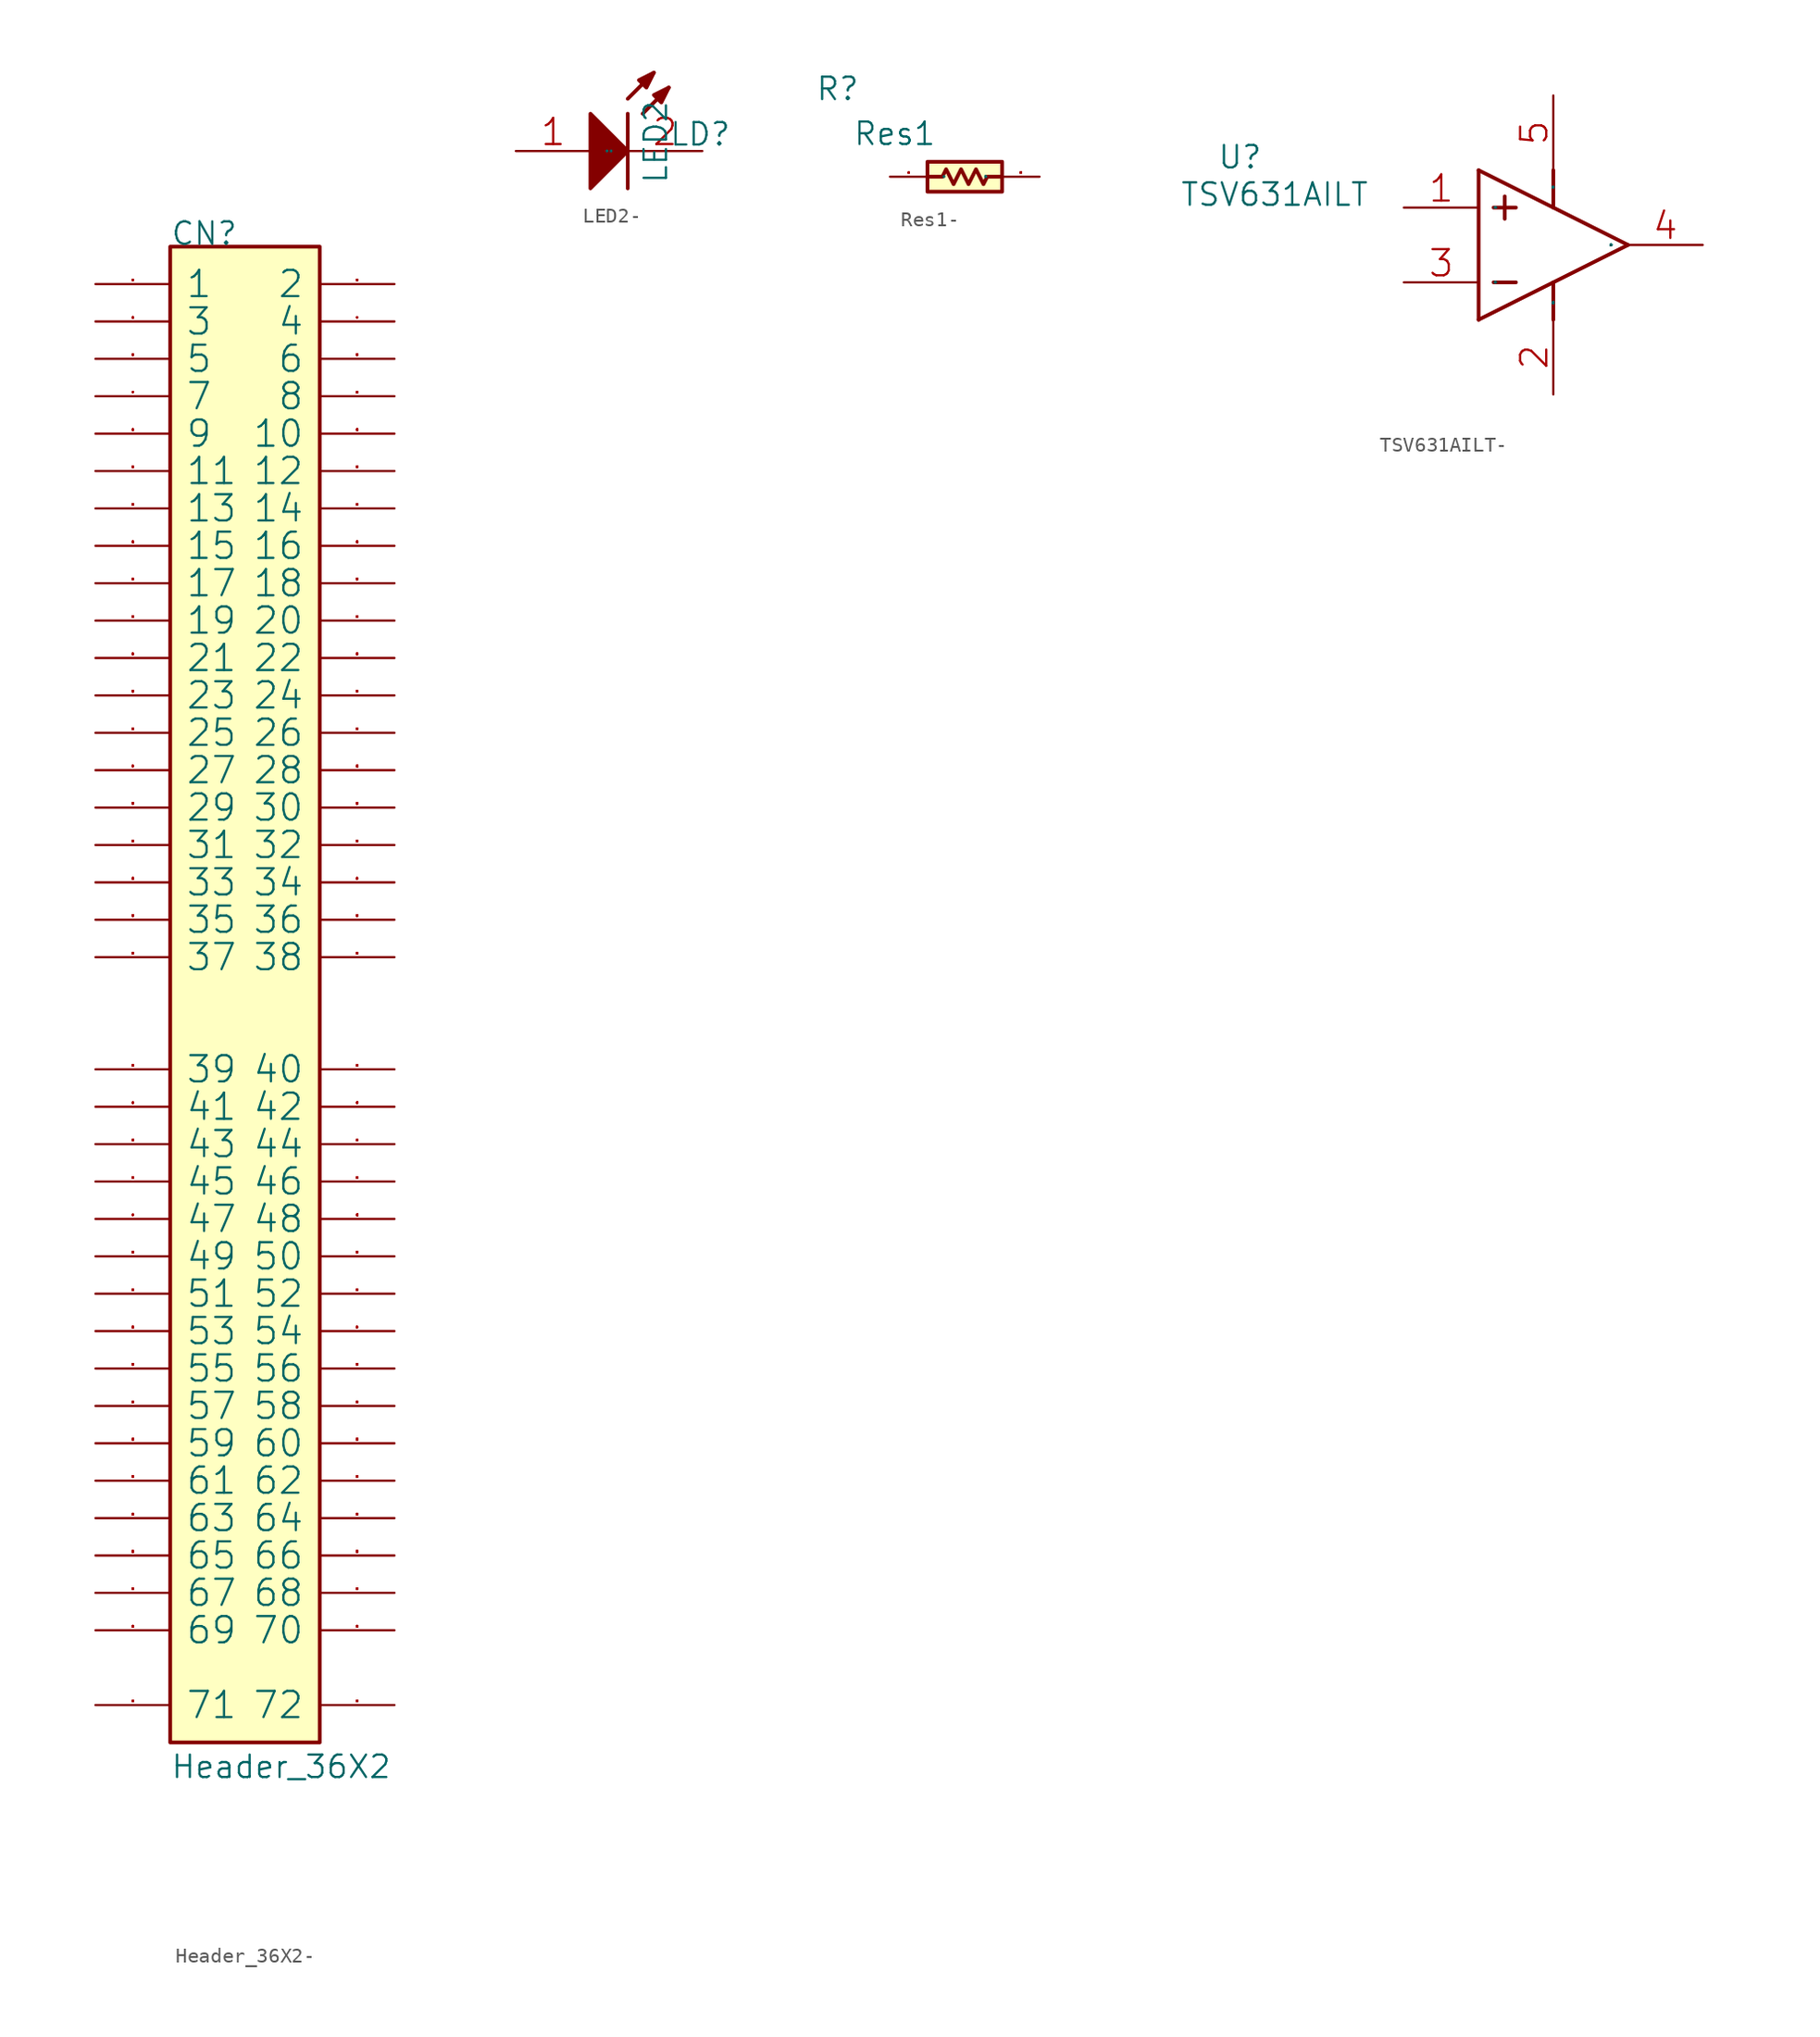
<source format=kicad_sym>
(kicad_symbol_lib
  (version 20220914)
  (generator kicad_symbol_editor)
  (symbol "Header_36X2-"
    (pin_names
      (offset 1.016))
    (property "Reference" "CN"
      (at 0 0 0)
      (effects (font (size 1.524 1.524)) (justify left bottom)))
    (property "Value" "Header_36X2"
      (at 0 -104.14 0)
      (effects (font (size 1.524 1.524)) (justify left bottom)))
    (property "Footprint" ""
      (at 0 0 0)
      (effects (font (size 1.524 1.524))))
    (property "Datasheet" ""
      (at 0 0 0)
      (effects (font (size 1.524 1.524))))
    (symbol "Header_36X2-_0_1"
      (rectangle (start 0 -101.6) (end 10.16 0) (stroke (width 0.254) (type solid)) (fill (type background)))
      (pin passive line (at -5.08 -2.54 0) (length 5.08) (name "1" (effects (font (size 1.778 1.778)))) (number "1" (effects (font (size 0.025 0.025)))))
      (pin passive line (at 15.24 -12.7 180) (length 5.08) (name "10" (effects (font (size 1.778 1.778)))) (number "10" (effects (font (size 0.025 0.025)))))
      (pin passive line (at -5.08 -15.24 0) (length 5.08) (name "11" (effects (font (size 1.778 1.778)))) (number "11" (effects (font (size 0.025 0.025)))))
      (pin passive line (at 15.24 -15.24 180) (length 5.08) (name "12" (effects (font (size 1.778 1.778)))) (number "12" (effects (font (size 0.025 0.025)))))
      (pin passive line (at -5.08 -17.78 0) (length 5.08) (name "13" (effects (font (size 1.778 1.778)))) (number "13" (effects (font (size 0.025 0.025)))))
      (pin passive line (at 15.24 -17.78 180) (length 5.08) (name "14" (effects (font (size 1.778 1.778)))) (number "14" (effects (font (size 0.025 0.025)))))
      (pin passive line (at -5.08 -20.32 0) (length 5.08) (name "15" (effects (font (size 1.778 1.778)))) (number "15" (effects (font (size 0.025 0.025)))))
      (pin passive line (at 15.24 -20.32 180) (length 5.08) (name "16" (effects (font (size 1.778 1.778)))) (number "16" (effects (font (size 0.025 0.025)))))
      (pin passive line (at -5.08 -22.86 0) (length 5.08) (name "17" (effects (font (size 1.778 1.778)))) (number "17" (effects (font (size 0.025 0.025)))))
      (pin passive line (at 15.24 -22.86 180) (length 5.08) (name "18" (effects (font (size 1.778 1.778)))) (number "18" (effects (font (size 0.025 0.025)))))
      (pin passive line (at -5.08 -25.4 0) (length 5.08) (name "19" (effects (font (size 1.778 1.778)))) (number "19" (effects (font (size 0.025 0.025)))))
      (pin passive line (at 15.24 -2.54 180) (length 5.08) (name "2" (effects (font (size 1.778 1.778)))) (number "2" (effects (font (size 0.025 0.025)))))
      (pin passive line (at 15.24 -25.4 180) (length 5.08) (name "20" (effects (font (size 1.778 1.778)))) (number "20" (effects (font (size 0.025 0.025)))))
      (pin passive line (at -5.08 -27.94 0) (length 5.08) (name "21" (effects (font (size 1.778 1.778)))) (number "21" (effects (font (size 0.025 0.025)))))
      (pin passive line (at 15.24 -27.94 180) (length 5.08) (name "22" (effects (font (size 1.778 1.778)))) (number "22" (effects (font (size 0.025 0.025)))))
      (pin passive line (at -5.08 -30.48 0) (length 5.08) (name "23" (effects (font (size 1.778 1.778)))) (number "23" (effects (font (size 0.025 0.025)))))
      (pin passive line (at 15.24 -30.48 180) (length 5.08) (name "24" (effects (font (size 1.778 1.778)))) (number "24" (effects (font (size 0.025 0.025)))))
      (pin passive line (at -5.08 -33.02 0) (length 5.08) (name "25" (effects (font (size 1.778 1.778)))) (number "25" (effects (font (size 0.025 0.025)))))
      (pin passive line (at 15.24 -33.02 180) (length 5.08) (name "26" (effects (font (size 1.778 1.778)))) (number "26" (effects (font (size 0.025 0.025)))))
      (pin passive line (at -5.08 -35.56 0) (length 5.08) (name "27" (effects (font (size 1.778 1.778)))) (number "27" (effects (font (size 0.025 0.025)))))
      (pin passive line (at 15.24 -35.56 180) (length 5.08) (name "28" (effects (font (size 1.778 1.778)))) (number "28" (effects (font (size 0.025 0.025)))))
      (pin passive line (at -5.08 -38.1 0) (length 5.08) (name "29" (effects (font (size 1.778 1.778)))) (number "29" (effects (font (size 0.025 0.025)))))
      (pin passive line (at -5.08 -5.08 0) (length 5.08) (name "3" (effects (font (size 1.778 1.778)))) (number "3" (effects (font (size 0.025 0.025)))))
      (pin passive line (at 15.24 -38.1 180) (length 5.08) (name "30" (effects (font (size 1.778 1.778)))) (number "30" (effects (font (size 0.025 0.025)))))
      (pin passive line (at -5.08 -40.64 0) (length 5.08) (name "31" (effects (font (size 1.778 1.778)))) (number "31" (effects (font (size 0.025 0.025)))))
      (pin passive line (at 15.24 -40.64 180) (length 5.08) (name "32" (effects (font (size 1.778 1.778)))) (number "32" (effects (font (size 0.025 0.025)))))
      (pin passive line (at -5.08 -43.18 0) (length 5.08) (name "33" (effects (font (size 1.778 1.778)))) (number "33" (effects (font (size 0.025 0.025)))))
      (pin passive line (at 15.24 -43.18 180) (length 5.08) (name "34" (effects (font (size 1.778 1.778)))) (number "34" (effects (font (size 0.025 0.025)))))
      (pin passive line (at -5.08 -45.72 0) (length 5.08) (name "35" (effects (font (size 1.778 1.778)))) (number "35" (effects (font (size 0.025 0.025)))))
      (pin passive line (at 15.24 -45.72 180) (length 5.08) (name "36" (effects (font (size 1.778 1.778)))) (number "36" (effects (font (size 0.025 0.025)))))
      (pin passive line (at -5.08 -48.26 0) (length 5.08) (name "37" (effects (font (size 1.778 1.778)))) (number "37" (effects (font (size 0.025 0.025)))))
      (pin passive line (at 15.24 -48.26 180) (length 5.08) (name "38" (effects (font (size 1.778 1.778)))) (number "38" (effects (font (size 0.025 0.025)))))
      (pin passive line (at -5.08 -55.88 0) (length 5.08) (name "39" (effects (font (size 1.778 1.778)))) (number "39" (effects (font (size 0.025 0.025)))))
      (pin passive line (at 15.24 -5.08 180) (length 5.08) (name "4" (effects (font (size 1.778 1.778)))) (number "4" (effects (font (size 0.025 0.025)))))
      (pin passive line (at 15.24 -55.88 180) (length 5.08) (name "40" (effects (font (size 1.778 1.778)))) (number "40" (effects (font (size 0.025 0.025)))))
      (pin passive line (at -5.08 -58.42 0) (length 5.08) (name "41" (effects (font (size 1.778 1.778)))) (number "41" (effects (font (size 0.025 0.025)))))
      (pin passive line (at 15.24 -58.42 180) (length 5.08) (name "42" (effects (font (size 1.778 1.778)))) (number "42" (effects (font (size 0.025 0.025)))))
      (pin passive line (at -5.08 -60.96 0) (length 5.08) (name "43" (effects (font (size 1.778 1.778)))) (number "43" (effects (font (size 0.025 0.025)))))
      (pin passive line (at 15.24 -60.96 180) (length 5.08) (name "44" (effects (font (size 1.778 1.778)))) (number "44" (effects (font (size 0.025 0.025)))))
      (pin passive line (at -5.08 -63.5 0) (length 5.08) (name "45" (effects (font (size 1.778 1.778)))) (number "45" (effects (font (size 0.025 0.025)))))
      (pin passive line (at 15.24 -63.5 180) (length 5.08) (name "46" (effects (font (size 1.778 1.778)))) (number "46" (effects (font (size 0.025 0.025)))))
      (pin passive line (at -5.08 -66.04 0) (length 5.08) (name "47" (effects (font (size 1.778 1.778)))) (number "47" (effects (font (size 0.025 0.025)))))
      (pin passive line (at 15.24 -66.04 180) (length 5.08) (name "48" (effects (font (size 1.778 1.778)))) (number "48" (effects (font (size 0.025 0.025)))))
      (pin passive line (at -5.08 -68.58 0) (length 5.08) (name "49" (effects (font (size 1.778 1.778)))) (number "49" (effects (font (size 0.025 0.025)))))
      (pin passive line (at -5.08 -7.62 0) (length 5.08) (name "5" (effects (font (size 1.778 1.778)))) (number "5" (effects (font (size 0.025 0.025)))))
      (pin passive line (at 15.24 -68.58 180) (length 5.08) (name "50" (effects (font (size 1.778 1.778)))) (number "50" (effects (font (size 0.025 0.025)))))
      (pin passive line (at -5.08 -71.12 0) (length 5.08) (name "51" (effects (font (size 1.778 1.778)))) (number "51" (effects (font (size 0.025 0.025)))))
      (pin passive line (at 15.24 -71.12 180) (length 5.08) (name "52" (effects (font (size 1.778 1.778)))) (number "52" (effects (font (size 0.025 0.025)))))
      (pin passive line (at -5.08 -73.66 0) (length 5.08) (name "53" (effects (font (size 1.778 1.778)))) (number "53" (effects (font (size 0.025 0.025)))))
      (pin passive line (at 15.24 -73.66 180) (length 5.08) (name "54" (effects (font (size 1.778 1.778)))) (number "54" (effects (font (size 0.025 0.025)))))
      (pin passive line (at -5.08 -76.2 0) (length 5.08) (name "55" (effects (font (size 1.778 1.778)))) (number "55" (effects (font (size 0.025 0.025)))))
      (pin passive line (at 15.24 -76.2 180) (length 5.08) (name "56" (effects (font (size 1.778 1.778)))) (number "56" (effects (font (size 0.025 0.025)))))
      (pin passive line (at -5.08 -78.74 0) (length 5.08) (name "57" (effects (font (size 1.778 1.778)))) (number "57" (effects (font (size 0.025 0.025)))))
      (pin passive line (at 15.24 -78.74 180) (length 5.08) (name "58" (effects (font (size 1.778 1.778)))) (number "58" (effects (font (size 0.025 0.025)))))
      (pin passive line (at -5.08 -81.28 0) (length 5.08) (name "59" (effects (font (size 1.778 1.778)))) (number "59" (effects (font (size 0.025 0.025)))))
      (pin passive line (at 15.24 -7.62 180) (length 5.08) (name "6" (effects (font (size 1.778 1.778)))) (number "6" (effects (font (size 0.025 0.025)))))
      (pin passive line (at 15.24 -81.28 180) (length 5.08) (name "60" (effects (font (size 1.778 1.778)))) (number "60" (effects (font (size 0.025 0.025)))))
      (pin passive line (at -5.08 -83.82 0) (length 5.08) (name "61" (effects (font (size 1.778 1.778)))) (number "61" (effects (font (size 0.025 0.025)))))
      (pin passive line (at 15.24 -83.82 180) (length 5.08) (name "62" (effects (font (size 1.778 1.778)))) (number "62" (effects (font (size 0.025 0.025)))))
      (pin passive line (at -5.08 -86.36 0) (length 5.08) (name "63" (effects (font (size 1.778 1.778)))) (number "63" (effects (font (size 0.025 0.025)))))
      (pin passive line (at 15.24 -86.36 180) (length 5.08) (name "64" (effects (font (size 1.778 1.778)))) (number "64" (effects (font (size 0.025 0.025)))))
      (pin passive line (at -5.08 -88.9 0) (length 5.08) (name "65" (effects (font (size 1.778 1.778)))) (number "65" (effects (font (size 0.025 0.025)))))
      (pin passive line (at 15.24 -88.9 180) (length 5.08) (name "66" (effects (font (size 1.778 1.778)))) (number "66" (effects (font (size 0.025 0.025)))))
      (pin passive line (at -5.08 -91.44 0) (length 5.08) (name "67" (effects (font (size 1.778 1.778)))) (number "67" (effects (font (size 0.025 0.025)))))
      (pin passive line (at 15.24 -91.44 180) (length 5.08) (name "68" (effects (font (size 1.778 1.778)))) (number "68" (effects (font (size 0.025 0.025)))))
      (pin passive line (at -5.08 -93.98 0) (length 5.08) (name "69" (effects (font (size 1.778 1.778)))) (number "69" (effects (font (size 0.025 0.025)))))
      (pin passive line (at -5.08 -10.16 0) (length 5.08) (name "7" (effects (font (size 1.778 1.778)))) (number "7" (effects (font (size 0.025 0.025)))))
      (pin passive line (at 15.24 -93.98 180) (length 5.08) (name "70" (effects (font (size 1.778 1.778)))) (number "70" (effects (font (size 0.025 0.025)))))
      (pin passive line (at -5.08 -99.06 0) (length 5.08) (name "71" (effects (font (size 1.778 1.778)))) (number "71" (effects (font (size 0.025 0.025)))))
      (pin passive line (at 15.24 -99.06 180) (length 5.08) (name "72" (effects (font (size 1.778 1.778)))) (number "72" (effects (font (size 0.025 0.025)))))
      (pin passive line (at 15.24 -10.16 180) (length 5.08) (name "8" (effects (font (size 1.778 1.778)))) (number "8" (effects (font (size 0.025 0.025)))))
      (pin passive line (at -5.08 -12.7 0) (length 5.08) (name "9" (effects (font (size 1.778 1.778)))) (number "9" (effects (font (size 0.025 0.025)))))))
  (symbol "LED2-"
    (pin_names
      (offset 1.016))
    (property "Reference" "LD"
      (at 5.334 -2.286 0)
      (effects (font (size 1.524 1.524)) (justify left bottom)))
    (property "Value" "LED2"
      (at 5.334 -4.826 90)
      (effects (font (size 1.524 1.524)) (justify left bottom)))
    (property "Footprint" ""
      (at 0 0 0)
      (effects (font (size 1.524 1.524))))
    (property "Datasheet" ""
      (at 0 0 0)
      (effects (font (size 1.524 1.524))))
    (symbol "LED2-_0_1"
      (polyline (pts (xy 2.54 0) (xy 2.54 -5.08)) (stroke (width 0.254) (type solid)) (fill (type none)))
      (polyline (pts (xy 2.54 1.016) (xy 4.318 2.794)) (stroke (width 0.254) (type solid)) (fill (type none)))
      (polyline (pts (xy 3.556 0) (xy 5.334 1.778)) (stroke (width 0.254) (type solid)) (fill (type none)))
      (polyline (pts (xy 0 -5.08) (xy 2.54 -2.54) (xy 0 0) (xy 0 -5.08)) (stroke (width 0.254) (type solid)) (fill (type outline)))
      (polyline (pts (xy 4.318 2.794) (xy 3.302 2.286) (xy 3.81 1.778) (xy 4.318 2.794)) (stroke (width 0.254) (type solid)) (fill (type outline)))
      (polyline (pts (xy 5.334 1.778) (xy 4.318 1.27) (xy 4.826 0.762) (xy 5.334 1.778)) (stroke (width 0.254) (type solid)) (fill (type outline)))
      (pin passive line (at -5.08 -2.54 0) (length 5.08) (name "A" (effects (font (size 0.025 0.025)))) (number "1" (effects (font (size 1.778 1.778)))))
      (pin passive line (at 7.62 -2.54 180) (length 5.08) (name "K" (effects (font (size 0.025 0.025)))) (number "2" (effects (font (size 1.778 1.778)))))))
  (symbol "Res1-"
    (pin_names
      (offset 1.016))
    (property "Reference" "R"
      (at -7.62 2.54 0)
      (effects (font (size 1.524 1.524)) (justify left bottom)))
    (property "Value" "Res1"
      (at -5.08 -0.508 0)
      (effects (font (size 1.524 1.524)) (justify left bottom)))
    (property "Footprint" ""
      (at 0 0 0)
      (effects (font (size 1.524 1.524))))
    (property "Datasheet" ""
      (at 0 0 0)
      (effects (font (size 1.524 1.524))))
    (symbol "Res1-_0_1"
      (polyline (pts (xy 5.08 -2.54) (xy 4.064 -2.54) (xy 3.81 -3.048) (xy 3.302 -2.032) (xy 2.794 -3.048) (xy 2.286 -2.032) (xy 1.778 -3.048) (xy 1.27 -2.032) (xy 1.016 -2.54) (xy 0 -2.54)) (stroke (width 0.254) (type solid)) (fill (type none)))
      (rectangle (start 5.08 -1.524) (end 0 -3.556) (stroke (width 0.254) (type solid)) (fill (type background)))
      (pin passive line (at -2.54 -2.54 0) (length 2.54) (name "1" (effects (font (size 0.025 0.025)))) (number "1" (effects (font (size 0.025 0.025)))))
      (pin passive line (at 7.62 -2.54 180) (length 2.54) (name "2" (effects (font (size 0.025 0.025)))) (number "2" (effects (font (size 0.025 0.025)))))))
  (symbol "TSV631AILT-"
    (pin_names
      (offset 1.016))
    (property "Reference" "U"
      (at -17.78 2.54 0)
      (effects (font (size 1.524 1.524)) (justify left bottom)))
    (property "Value" "TSV631AILT"
      (at -20.32 0 0)
      (effects (font (size 1.524 1.524)) (justify left bottom)))
    (property "Footprint" ""
      (at 0 0 0)
      (effects (font (size 1.524 1.524))))
    (property "Datasheet" ""
      (at 0 0 0)
      (effects (font (size 1.524 1.524))))
    (symbol "TSV631AILT-_0_1"
      (polyline (pts (xy 0 -7.62) (xy 10.16 -2.54)) (stroke (width 0.254) (type solid)) (fill (type none)))
      (polyline (pts (xy 0 2.54) (xy 0 -7.62)) (stroke (width 0.254) (type solid)) (fill (type none)))
      (polyline (pts (xy 0 2.54) (xy 10.16 -2.54)) (stroke (width 0.254) (type solid)) (fill (type none)))
      (polyline (pts (xy 1.016 -5.08) (xy 2.54 -5.08)) (stroke (width 0.254) (type solid)) (fill (type none)))
      (polyline (pts (xy 1.016 0) (xy 2.54 0)) (stroke (width 0.254) (type solid)) (fill (type none)))
      (polyline (pts (xy 1.778 0.762) (xy 1.778 -0.762)) (stroke (width 0.254) (type solid)) (fill (type none)))
      (polyline (pts (xy 5.08 -5.08) (xy 5.08 -7.62)) (stroke (width 0.254) (type solid)) (fill (type none)))
      (polyline (pts (xy 5.08 2.54) (xy 5.08 0)) (stroke (width 0.254) (type solid)) (fill (type none)))
      (pin input line (at -5.08 0 0) (length 5.08) (name "IN+" (effects (font (size 0.025 0.025)))) (number "1" (effects (font (size 1.778 1.778)))))
      (pin power_in line (at 5.08 -12.7 90) (length 5.08) (name "VDD" (effects (font (size 0.025 0.025)))) (number "2" (effects (font (size 1.778 1.778)))))
      (pin input line (at -5.08 -5.08 0) (length 5.08) (name "IN-" (effects (font (size 0.025 0.025)))) (number "3" (effects (font (size 1.778 1.778)))))
      (pin output line (at 15.24 -2.54 180) (length 5.08) (name "OUT" (effects (font (size 0.025 0.025)))) (number "4" (effects (font (size 1.778 1.778)))))
      (pin power_in line (at 5.08 7.62 270) (length 5.08) (name "VCC" (effects (font (size 0.025 0.025)))) (number "5" (effects (font (size 1.778 1.778))))))))
</source>
